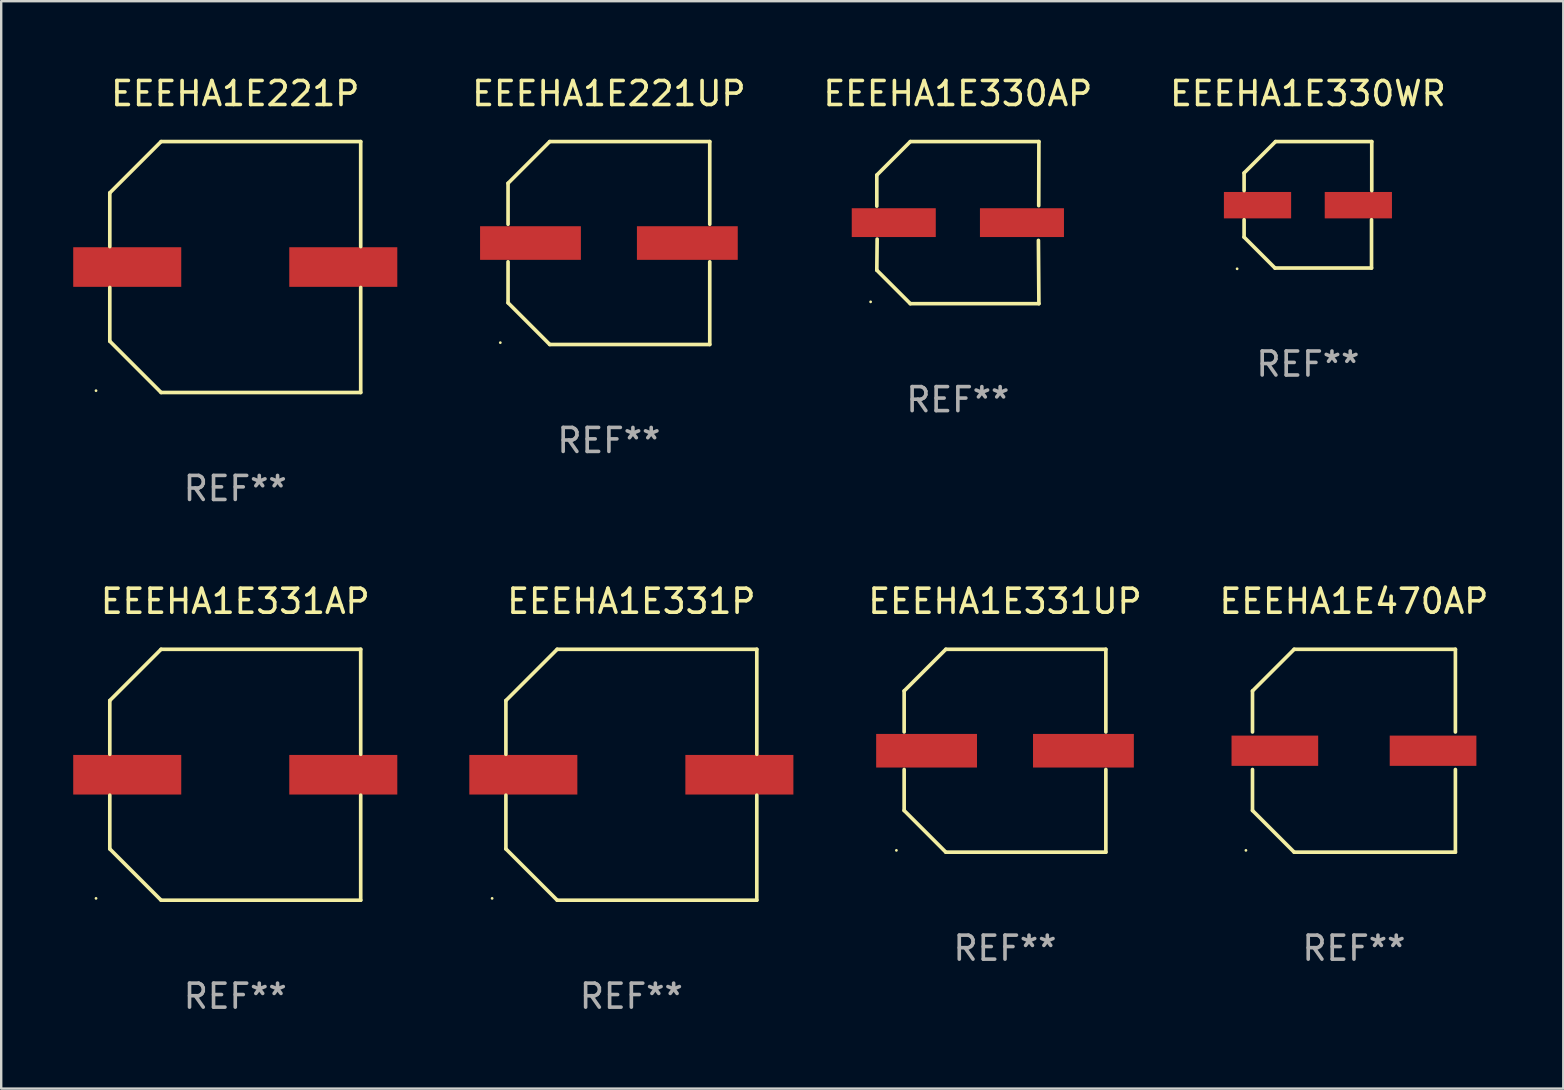
<source format=kicad_pcb>
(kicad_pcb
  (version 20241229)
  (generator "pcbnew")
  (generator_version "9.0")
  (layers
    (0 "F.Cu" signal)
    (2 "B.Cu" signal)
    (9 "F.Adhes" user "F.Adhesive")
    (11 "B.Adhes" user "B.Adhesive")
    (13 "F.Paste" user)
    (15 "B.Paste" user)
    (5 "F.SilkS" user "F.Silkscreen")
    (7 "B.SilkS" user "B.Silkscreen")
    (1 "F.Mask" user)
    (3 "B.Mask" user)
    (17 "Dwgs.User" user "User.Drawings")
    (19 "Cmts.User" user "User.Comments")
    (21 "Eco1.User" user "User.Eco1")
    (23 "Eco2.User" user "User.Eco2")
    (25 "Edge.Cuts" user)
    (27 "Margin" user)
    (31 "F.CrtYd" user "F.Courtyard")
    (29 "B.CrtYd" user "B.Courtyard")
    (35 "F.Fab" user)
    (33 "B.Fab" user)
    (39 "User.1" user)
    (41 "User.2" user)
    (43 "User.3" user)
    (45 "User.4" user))
  (footprint "EEEHA1E331AP"
    (layer "F.Cu")
    (at 6.75 29.223)
    (property "Reference" "EEEHA1E331AP" (at 0 -7.226 0) (layer "F.SilkS") (effects (font (size 1 1) (thickness 0.15))))
    (attr through_hole)
    (fp_line (start -5.226 -3.09) (end -5.226 -0.852) (stroke (width 0.152) (type solid)) (layer "F.SilkS"))
    (fp_line (start -5.226 3.09) (end -5.226 0.852) (stroke (width 0.152) (type solid)) (layer "F.SilkS"))
    (fp_line (start -3.09 -5.226) (end -5.226 -3.09) (stroke (width 0.152) (type solid)) (layer "F.SilkS"))
    (fp_line (start -3.09 5.226) (end -5.226 3.09) (stroke (width 0.152) (type solid)) (layer "F.SilkS"))
    (fp_line (start 5.226 -5.226) (end -3.09 -5.226) (stroke (width 0.152) (type solid)) (layer "F.SilkS"))
    (fp_line (start 5.226 -0.852) (end 5.226 -5.226) (stroke (width 0.152) (type solid)) (layer "F.SilkS"))
    (fp_line (start 5.226 0.852) (end 5.226 5.226) (stroke (width 0.152) (type solid)) (layer "F.SilkS"))
    (fp_line (start 5.226 5.226) (end -3.09 5.226) (stroke (width 0.152) (type solid)) (layer "F.SilkS"))
    (fp_circle (center -5.8 5.15) (end -5.77 5.15) (stroke (width 0.06) (type solid)) (fill no) (layer "F.SilkS"))
    (fp_text user "REF**" (at 0 9.226 0) (layer "F.Fab") (effects (font (size 1 1) (thickness 0.15))))
    (pad "1" smd rect (at -4.5 0) (size 4.5 1.65) (layers "F.Cu" "F.Mask" "F.Paste"))
    (pad "2" smd rect (at 4.5 0) (size 4.5 1.65) (layers "F.Cu" "F.Mask" "F.Paste")))
  (footprint "EEEHA1E330AP"
    (layer "F.Cu")
    (at 36.851 6.224)
    (property "Reference" "EEEHA1E330AP" (at 0 -5.376 0) (layer "F.SilkS") (effects (font (size 1 1) (thickness 0.15))))
    (attr through_hole)
    (fp_line (start -3.376 -1.98) (end -3.376 -0.686) (stroke (width 0.152) (type solid)) (layer "F.SilkS"))
    (fp_line (start -3.376 1.981) (end -3.362 0.686) (stroke (width 0.152) (type solid)) (layer "F.SilkS"))
    (fp_line (start -1.981 3.376) (end -3.376 1.981) (stroke (width 0.152) (type solid)) (layer "F.SilkS"))
    (fp_line (start -1.98 -3.376) (end -3.376 -1.98) (stroke (width 0.152) (type solid)) (layer "F.SilkS"))
    (fp_line (start 3.356 0.74) (end 3.376 3.376) (stroke (width 0.152) (type solid)) (layer "F.SilkS"))
    (fp_line (start 3.369 -0.707) (end 3.376 -3.376) (stroke (width 0.152) (type solid)) (layer "F.SilkS"))
    (fp_line (start 3.376 3.376) (end -1.981 3.376) (stroke (width 0.152) (type solid)) (layer "F.SilkS"))
    (fp_line (start 3.376 -3.376) (end -1.98 -3.376) (stroke (width 0.152) (type solid)) (layer "F.SilkS"))
    (fp_circle (center -3.634 3.3) (end -3.604 3.3) (stroke (width 0.06) (type solid)) (fill no) (layer "F.SilkS"))
    (fp_text user "REF**" (at 0 7.376 0) (layer "F.Fab") (effects (font (size 1 1) (thickness 0.15))))
    (pad "1" smd rect (at -2.67 0.000254) (size 3.5 1.2) (layers "F.Cu" "F.Mask" "F.Paste"))
    (pad "2" smd rect (at 2.67 0.000254) (size 3.5 1.2) (layers "F.Cu" "F.Mask" "F.Paste")))
  (footprint "EEEHA1E330WR"
    (layer "F.Cu")
    (at 51.434 5.482)
    (property "Reference" "EEEHA1E330WR" (at 0 -4.634 0) (layer "F.SilkS") (effects (font (size 1 1) (thickness 0.15))))
    (attr through_hole)
    (fp_line (start -2.659 -1.326) (end -2.659 -0.592) (stroke (width 0.152) (type solid)) (layer "F.SilkS"))
    (fp_line (start -2.659 1.346) (end -2.659 0.622) (stroke (width 0.152) (type solid)) (layer "F.SilkS"))
    (fp_line (start -1.372 2.634) (end -2.659 1.346) (stroke (width 0.152) (type solid)) (layer "F.SilkS"))
    (fp_line (start -1.349 -2.634) (end -2.659 -1.326) (stroke (width 0.152) (type solid)) (layer "F.SilkS"))
    (fp_line (start 2.649 0.622) (end 2.649 2.634) (stroke (width 0.152) (type solid)) (layer "F.SilkS"))
    (fp_line (start 2.649 2.634) (end -1.372 2.634) (stroke (width 0.152) (type solid)) (layer "F.SilkS"))
    (fp_line (start 2.659 -2.634) (end -1.349 -2.634) (stroke (width 0.152) (type solid)) (layer "F.SilkS"))
    (fp_line (start 2.659 -0.592) (end 2.659 -2.634) (stroke (width 0.152) (type solid)) (layer "F.SilkS"))
    (fp_circle (center -2.95 2.665) (end -2.92 2.665) (stroke (width 0.06) (type solid)) (fill no) (layer "F.SilkS"))
    (fp_text user "REF**" (at 0 6.634 0) (layer "F.Fab") (effects (font (size 1 1) (thickness 0.15))))
    (pad "1" smd rect (at -2.1 0.015) (size 2.8 1.1) (layers "F.Cu" "F.Mask" "F.Paste"))
    (pad "2" smd rect (at 2.1 0.015) (size 2.8 1.1) (layers "F.Cu" "F.Mask" "F.Paste")))
  (footprint "EEEHA1E221P"
    (layer "F.Cu")
    (at 6.75 8.074)
    (property "Reference" "EEEHA1E221P" (at 0 -7.226 0) (layer "F.SilkS") (effects (font (size 1 1) (thickness 0.15))))
    (attr through_hole)
    (fp_line (start -5.226 -3.09) (end -5.226 -0.852) (stroke (width 0.152) (type solid)) (layer "F.SilkS"))
    (fp_line (start -5.226 3.09) (end -5.226 0.852) (stroke (width 0.152) (type solid)) (layer "F.SilkS"))
    (fp_line (start -3.09 -5.226) (end -5.226 -3.09) (stroke (width 0.152) (type solid)) (layer "F.SilkS"))
    (fp_line (start -3.09 5.226) (end -5.226 3.09) (stroke (width 0.152) (type solid)) (layer "F.SilkS"))
    (fp_line (start 5.226 -5.226) (end -3.09 -5.226) (stroke (width 0.152) (type solid)) (layer "F.SilkS"))
    (fp_line (start 5.226 -0.852) (end 5.226 -5.226) (stroke (width 0.152) (type solid)) (layer "F.SilkS"))
    (fp_line (start 5.226 0.852) (end 5.226 5.226) (stroke (width 0.152) (type solid)) (layer "F.SilkS"))
    (fp_line (start 5.226 5.226) (end -3.09 5.226) (stroke (width 0.152) (type solid)) (layer "F.SilkS"))
    (fp_circle (center -5.8 5.15) (end -5.77 5.15) (stroke (width 0.06) (type solid)) (fill no) (layer "F.SilkS"))
    (fp_text user "REF**" (at 0 9.226 0) (layer "F.Fab") (effects (font (size 1 1) (thickness 0.15))))
    (pad "1" smd rect (at -4.5 0) (size 4.5 1.65) (layers "F.Cu" "F.Mask" "F.Paste"))
    (pad "2" smd rect (at 4.5 0) (size 4.5 1.65) (layers "F.Cu" "F.Mask" "F.Paste")))
  (footprint "EEEHA1E221UP"
    (layer "F.Cu")
    (at 22.315 7.074)
    (property "Reference" "EEEHA1E221UP" (at 0 -6.226 0) (layer "F.SilkS") (effects (font (size 1 1) (thickness 0.15))))
    (attr through_hole)
    (fp_line (start -4.201 -2.49) (end -4.201 -0.782) (stroke (width 0.152) (type solid)) (layer "F.SilkS"))
    (fp_line (start -4.201 2.49) (end -4.201 0.782) (stroke (width 0.152) (type solid)) (layer "F.SilkS"))
    (fp_line (start -2.465 -4.226) (end -4.201 -2.49) (stroke (width 0.152) (type solid)) (layer "F.SilkS"))
    (fp_line (start -2.465 4.226) (end -4.201 2.49) (stroke (width 0.152) (type solid)) (layer "F.SilkS"))
    (fp_line (start 4.201 -4.226) (end -2.465 -4.226) (stroke (width 0.152) (type solid)) (layer "F.SilkS"))
    (fp_line (start 4.201 -0.782) (end 4.201 -4.226) (stroke (width 0.152) (type solid)) (layer "F.SilkS"))
    (fp_line (start 4.201 0.782) (end 4.201 4.226) (stroke (width 0.152) (type solid)) (layer "F.SilkS"))
    (fp_line (start 4.201 4.226) (end -2.465 4.226) (stroke (width 0.152) (type solid)) (layer "F.SilkS"))
    (fp_circle (center -4.524 4.15) (end -4.494 4.15) (stroke (width 0.06) (type solid)) (fill no) (layer "F.SilkS"))
    (fp_text user "REF**" (at 0 8.226 0) (layer "F.Fab") (effects (font (size 1 1) (thickness 0.15))))
    (pad "1" smd rect (at -3.267 0) (size 4.2 1.4) (layers "F.Cu" "F.Mask" "F.Paste"))
    (pad "2" smd rect (at 3.267 0) (size 4.2 1.4) (layers "F.Cu" "F.Mask" "F.Paste")))
  (footprint "EEEHA1E331UP"
    (layer "F.Cu")
    (at 38.815 28.223)
    (property "Reference" "EEEHA1E331UP" (at 0 -6.226 0) (layer "F.SilkS") (effects (font (size 1 1) (thickness 0.15))))
    (attr through_hole)
    (fp_line (start -4.201 -2.49) (end -4.201 -0.782) (stroke (width 0.152) (type solid)) (layer "F.SilkS"))
    (fp_line (start -4.201 2.49) (end -4.201 0.782) (stroke (width 0.152) (type solid)) (layer "F.SilkS"))
    (fp_line (start -2.465 -4.226) (end -4.201 -2.49) (stroke (width 0.152) (type solid)) (layer "F.SilkS"))
    (fp_line (start -2.465 4.226) (end -4.201 2.49) (stroke (width 0.152) (type solid)) (layer "F.SilkS"))
    (fp_line (start 4.201 -4.226) (end -2.465 -4.226) (stroke (width 0.152) (type solid)) (layer "F.SilkS"))
    (fp_line (start 4.201 -0.782) (end 4.201 -4.226) (stroke (width 0.152) (type solid)) (layer "F.SilkS"))
    (fp_line (start 4.201 0.782) (end 4.201 4.226) (stroke (width 0.152) (type solid)) (layer "F.SilkS"))
    (fp_line (start 4.201 4.226) (end -2.465 4.226) (stroke (width 0.152) (type solid)) (layer "F.SilkS"))
    (fp_circle (center -4.524 4.15) (end -4.494 4.15) (stroke (width 0.06) (type solid)) (fill no) (layer "F.SilkS"))
    (fp_text user "REF**" (at 0 8.226 0) (layer "F.Fab") (effects (font (size 1 1) (thickness 0.15))))
    (pad "1" smd rect (at -3.267 0) (size 4.2 1.4) (layers "F.Cu" "F.Mask" "F.Paste"))
    (pad "2" smd rect (at 3.267 0) (size 4.2 1.4) (layers "F.Cu" "F.Mask" "F.Paste")))
  (footprint "EEEHA1E470AP"
    (layer "F.Cu")
    (at 53.351 28.223)
    (property "Reference" "EEEHA1E470AP" (at 0 -6.226 0) (layer "F.SilkS") (effects (font (size 1 1) (thickness 0.15))))
    (attr through_hole)
    (fp_line (start -4.226 -2.49) (end -4.226 -0.782) (stroke (width 0.152) (type solid)) (layer "F.SilkS"))
    (fp_line (start -4.226 2.49) (end -4.226 0.782) (stroke (width 0.152) (type solid)) (layer "F.SilkS"))
    (fp_line (start -2.49 -4.226) (end -4.226 -2.49) (stroke (width 0.152) (type solid)) (layer "F.SilkS"))
    (fp_line (start -2.49 4.226) (end -4.226 2.49) (stroke (width 0.152) (type solid)) (layer "F.SilkS"))
    (fp_line (start 4.226 -4.226) (end -2.49 -4.226) (stroke (width 0.152) (type solid)) (layer "F.SilkS"))
    (fp_line (start 4.226 -0.782) (end 4.226 -4.226) (stroke (width 0.152) (type solid)) (layer "F.SilkS"))
    (fp_line (start 4.226 0.782) (end 4.226 4.226) (stroke (width 0.152) (type solid)) (layer "F.SilkS"))
    (fp_line (start 4.226 4.226) (end -2.49 4.226) (stroke (width 0.152) (type solid)) (layer "F.SilkS"))
    (fp_circle (center -4.5 4.15) (end -4.47 4.15) (stroke (width 0.06) (type solid)) (fill no) (layer "F.SilkS"))
    (fp_text user "REF**" (at 0 8.226 0) (layer "F.Fab") (effects (font (size 1 1) (thickness 0.15))))
    (pad "1" smd rect (at -3.295 -0.000076 180) (size 3.61 1.26) (layers "F.Cu" "F.Mask" "F.Paste"))
    (pad "2" smd rect (at 3.295 -0.000076 180) (size 3.61 1.26) (layers "F.Cu" "F.Mask" "F.Paste")))
  (footprint "EEEHA1E331P"
    (layer "F.Cu")
    (at 23.25 29.223)
    (property "Reference" "EEEHA1E331P" (at 0 -7.226 0) (layer "F.SilkS") (effects (font (size 1 1) (thickness 0.15))))
    (attr through_hole)
    (fp_line (start -5.226 -3.09) (end -5.226 -0.852) (stroke (width 0.152) (type solid)) (layer "F.SilkS"))
    (fp_line (start -5.226 3.09) (end -5.226 0.852) (stroke (width 0.152) (type solid)) (layer "F.SilkS"))
    (fp_line (start -3.09 -5.226) (end -5.226 -3.09) (stroke (width 0.152) (type solid)) (layer "F.SilkS"))
    (fp_line (start -3.09 5.226) (end -5.226 3.09) (stroke (width 0.152) (type solid)) (layer "F.SilkS"))
    (fp_line (start 5.226 -5.226) (end -3.09 -5.226) (stroke (width 0.152) (type solid)) (layer "F.SilkS"))
    (fp_line (start 5.226 -0.852) (end 5.226 -5.226) (stroke (width 0.152) (type solid)) (layer "F.SilkS"))
    (fp_line (start 5.226 0.852) (end 5.226 5.226) (stroke (width 0.152) (type solid)) (layer "F.SilkS"))
    (fp_line (start 5.226 5.226) (end -3.09 5.226) (stroke (width 0.152) (type solid)) (layer "F.SilkS"))
    (fp_circle (center -5.8 5.15) (end -5.77 5.15) (stroke (width 0.06) (type solid)) (fill no) (layer "F.SilkS"))
    (fp_text user "REF**" (at 0 9.226 0) (layer "F.Fab") (effects (font (size 1 1) (thickness 0.15))))
    (pad "1" smd rect (at -4.5 0) (size 4.5 1.65) (layers "F.Cu" "F.Mask" "F.Paste"))
    (pad "2" smd rect (at 4.5 0) (size 4.5 1.65) (layers "F.Cu" "F.Mask" "F.Paste")))
  (gr_rect
    (start -3 -3)
    (end 62.071 42.298)
    (stroke (width 0.1) (type default))
    (fill no)
    (layer "Edge.Cuts")))
</source>
